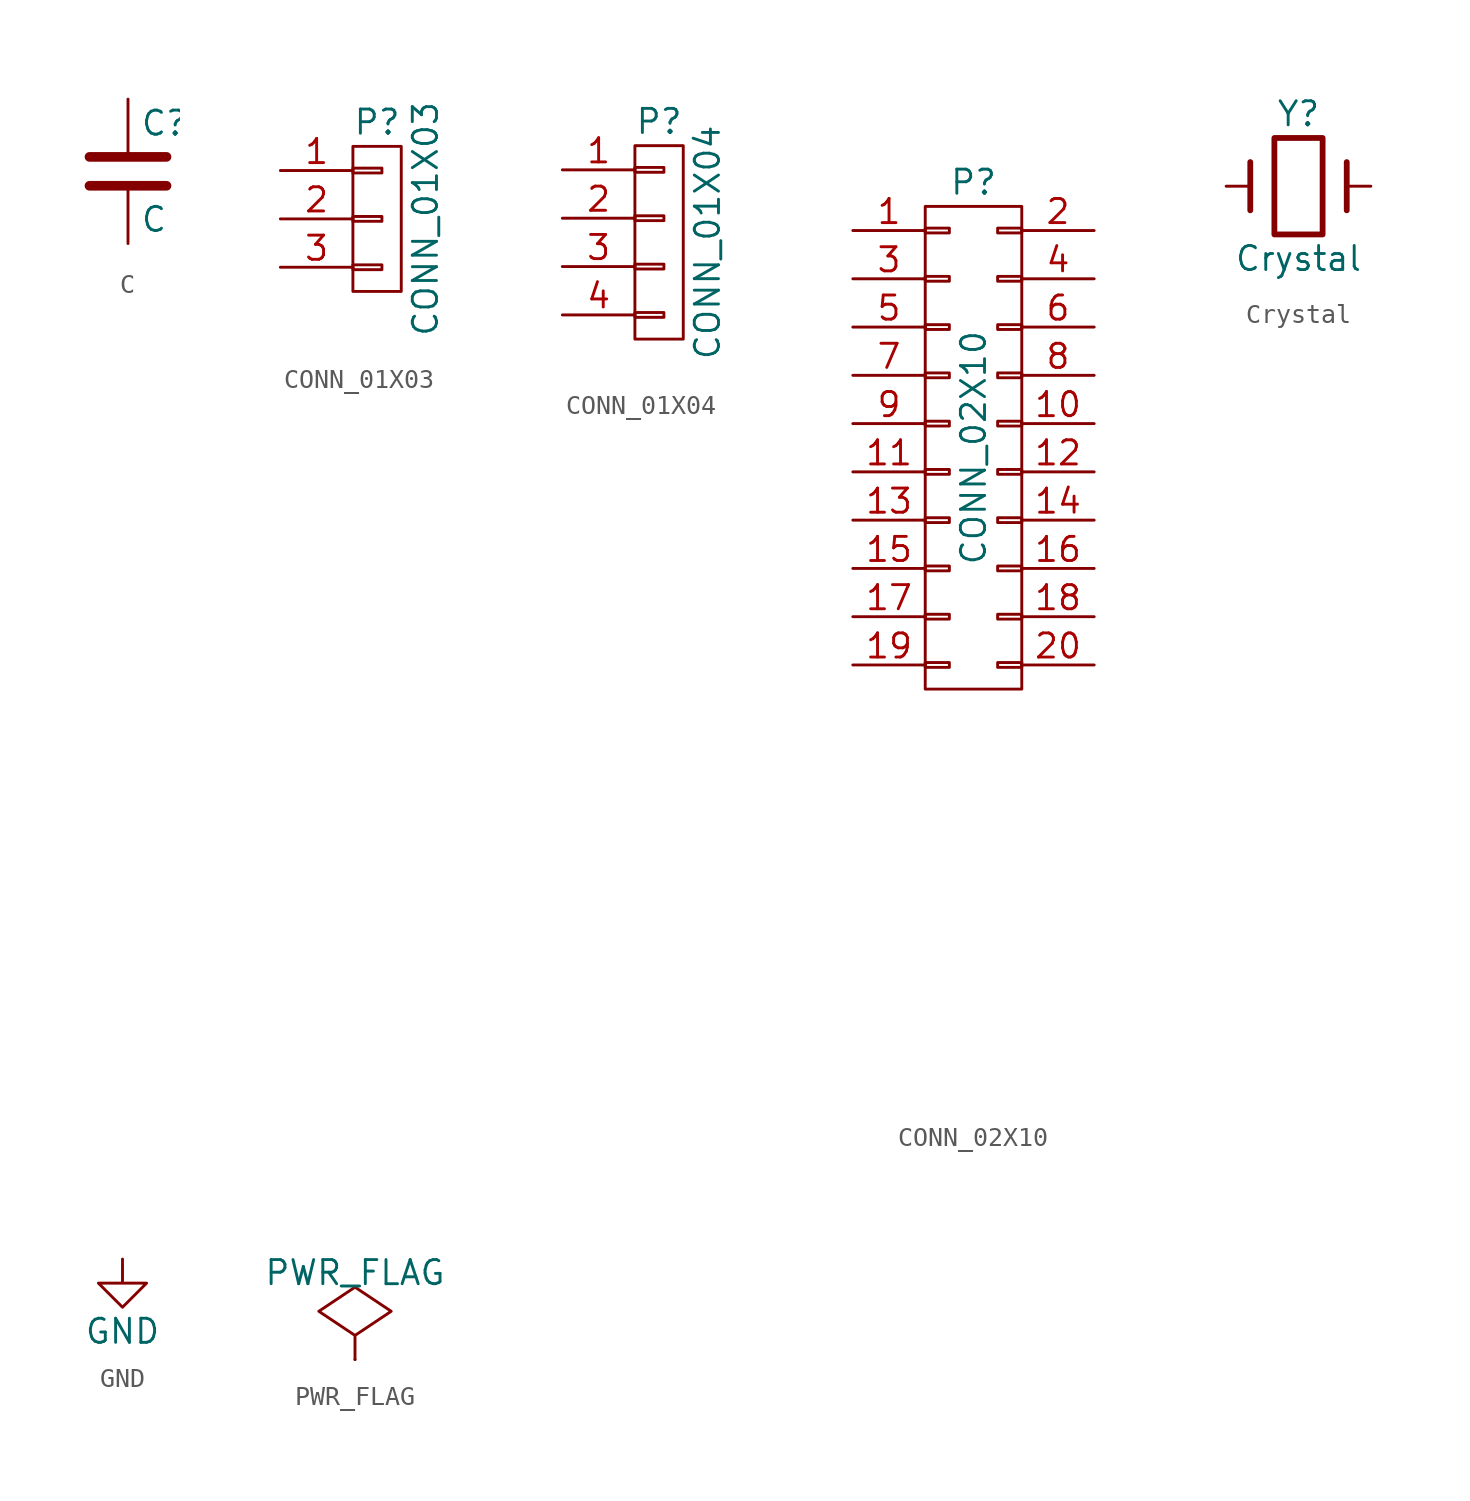
<source format=kicad_sym>
(kicad_symbol_lib
  (version 20241209)
  (generator "kicad_symbol_editor")
  (generator_version "9.0")
  (symbol "C"
    (pin_numbers
      (hide yes))
    (pin_names
      (offset 0.254))
    (property "Reference" "C"
      (at 0.635 2.54 0)
      (effects (font (size 1.27 1.27)) (justify left)))
    (property "Value" "C"
      (at 0.635 -2.54 0)
      (effects (font (size 1.27 1.27)) (justify left)))
    (property "Footprint" ""
      (at 0.965 -3.81 0)
      (effects (font (size 1.27 1.27))))
    (property "Datasheet" ""
      (at 0 0 0)
      (effects (font (size 1.27 1.27))))
    (symbol "C_0_1"
      (polyline (pts (xy -2.032 0.762) (xy 2.032 0.762)) (stroke (width 0.508) (type solid)) (fill (type none)))
      (polyline (pts (xy -2.032 -0.762) (xy 2.032 -0.762)) (stroke (width 0.508) (type solid)) (fill (type none))))
    (symbol "C_1_1"
      (pin passive line (at 0 3.81 270) (length 2.794) (name "~" (effects (font (size 1.016 1.016)))) (number "1" (effects (font (size 1.016 1.016)))))
      (pin passive line (at 0 -3.81 90) (length 2.794) (name "~" (effects (font (size 1.016 1.016)))) (number "2" (effects (font (size 1.016 1.016)))))))
  (symbol "CONN_01X03"
    (pin_names
      (offset 1.016)
      (hide yes))
    (property "Reference" "P"
      (at 0 5.08 0)
      (effects (font (size 1.27 1.27))))
    (property "Value" "CONN_01X03"
      (at 2.54 0 90)
      (effects (font (size 1.27 1.27))))
    (property "Footprint" ""
      (at 0 0 0)
      (effects (font (size 1.27 1.27))))
    (property "Datasheet" ""
      (at 0 0 0)
      (effects (font (size 1.27 1.27))))
    (symbol "CONN_01X03_0_1"
      (rectangle (start -1.27 3.81) (end 1.27 -3.81) (stroke (width 0) (type solid)) (fill (type none)))
      (rectangle (start -1.27 2.667) (end 0.254 2.413) (stroke (width 0) (type solid)) (fill (type none)))
      (rectangle (start -1.27 0.127) (end 0.254 -0.127) (stroke (width 0) (type solid)) (fill (type none)))
      (rectangle (start -1.27 -2.413) (end 0.254 -2.667) (stroke (width 0) (type solid)) (fill (type none))))
    (symbol "CONN_01X03_1_1"
      (pin passive line (at -5.08 2.54 0) (length 3.81) (name "P1" (effects (font (size 1.27 1.27)))) (number "1" (effects (font (size 1.27 1.27)))))
      (pin passive line (at -5.08 0 0) (length 3.81) (name "P2" (effects (font (size 1.27 1.27)))) (number "2" (effects (font (size 1.27 1.27)))))
      (pin passive line (at -5.08 -2.54 0) (length 3.81) (name "P3" (effects (font (size 1.27 1.27)))) (number "3" (effects (font (size 1.27 1.27)))))))
  (symbol "CONN_01X04"
    (pin_names
      (offset 1.016)
      (hide yes))
    (property "Reference" "P"
      (at 0 6.35 0)
      (effects (font (size 1.27 1.27))))
    (property "Value" "CONN_01X04"
      (at 2.54 0 90)
      (effects (font (size 1.27 1.27))))
    (property "Footprint" ""
      (at 0 0 0)
      (effects (font (size 1.27 1.27))))
    (property "Datasheet" ""
      (at 0 0 0)
      (effects (font (size 1.27 1.27))))
    (symbol "CONN_01X04_0_1"
      (rectangle (start -1.27 5.08) (end 1.27 -5.08) (stroke (width 0) (type solid)) (fill (type none)))
      (rectangle (start -1.27 3.937) (end 0.254 3.683) (stroke (width 0) (type solid)) (fill (type none)))
      (rectangle (start -1.27 1.397) (end 0.254 1.143) (stroke (width 0) (type solid)) (fill (type none)))
      (rectangle (start -1.27 -1.143) (end 0.254 -1.397) (stroke (width 0) (type solid)) (fill (type none)))
      (rectangle (start -1.27 -3.683) (end 0.254 -3.937) (stroke (width 0) (type solid)) (fill (type none))))
    (symbol "CONN_01X04_1_1"
      (pin passive line (at -5.08 3.81 0) (length 3.81) (name "P1" (effects (font (size 1.27 1.27)))) (number "1" (effects (font (size 1.27 1.27)))))
      (pin passive line (at -5.08 1.27 0) (length 3.81) (name "P2" (effects (font (size 1.27 1.27)))) (number "2" (effects (font (size 1.27 1.27)))))
      (pin passive line (at -5.08 -1.27 0) (length 3.81) (name "P3" (effects (font (size 1.27 1.27)))) (number "3" (effects (font (size 1.27 1.27)))))
      (pin passive line (at -5.08 -3.81 0) (length 3.81) (name "P4" (effects (font (size 1.27 1.27)))) (number "4" (effects (font (size 1.27 1.27)))))))
  (symbol "CONN_02X10"
    (pin_names
      (offset 0.025)
      (hide yes))
    (property "Reference" "P"
      (at 0 13.97 0)
      (effects (font (size 1.27 1.27))))
    (property "Value" "CONN_02X10"
      (at 0 0 90)
      (effects (font (size 1.27 1.27))))
    (property "Footprint" ""
      (at 0 -30.48 0)
      (effects (font (size 1.27 1.27))))
    (property "Datasheet" ""
      (at 0 -30.48 0)
      (effects (font (size 1.27 1.27))))
    (symbol "CONN_02X10_0_1"
      (rectangle (start -2.54 12.7) (end 2.54 -12.7) (stroke (width 0) (type solid)) (fill (type none)))
      (rectangle (start -2.54 11.557) (end -1.27 11.303) (stroke (width 0) (type solid)) (fill (type none)))
      (rectangle (start -2.54 9.017) (end -1.27 8.763) (stroke (width 0) (type solid)) (fill (type none)))
      (rectangle (start -2.54 6.477) (end -1.27 6.223) (stroke (width 0) (type solid)) (fill (type none)))
      (rectangle (start -2.54 3.937) (end -1.27 3.683) (stroke (width 0) (type solid)) (fill (type none)))
      (rectangle (start -2.54 1.397) (end -1.27 1.143) (stroke (width 0) (type solid)) (fill (type none)))
      (rectangle (start -2.54 -1.143) (end -1.27 -1.397) (stroke (width 0) (type solid)) (fill (type none)))
      (rectangle (start -2.54 -3.683) (end -1.27 -3.937) (stroke (width 0) (type solid)) (fill (type none)))
      (rectangle (start -2.54 -6.223) (end -1.27 -6.477) (stroke (width 0) (type solid)) (fill (type none)))
      (rectangle (start -2.54 -8.763) (end -1.27 -9.017) (stroke (width 0) (type solid)) (fill (type none)))
      (rectangle (start -2.54 -11.303) (end -1.27 -11.557) (stroke (width 0) (type solid)) (fill (type none)))
      (rectangle (start 1.27 11.557) (end 2.54 11.303) (stroke (width 0) (type solid)) (fill (type none)))
      (rectangle (start 1.27 9.017) (end 2.54 8.763) (stroke (width 0) (type solid)) (fill (type none)))
      (rectangle (start 1.27 6.477) (end 2.54 6.223) (stroke (width 0) (type solid)) (fill (type none)))
      (rectangle (start 1.27 3.937) (end 2.54 3.683) (stroke (width 0) (type solid)) (fill (type none)))
      (rectangle (start 1.27 1.397) (end 2.54 1.143) (stroke (width 0) (type solid)) (fill (type none)))
      (rectangle (start 1.27 -1.143) (end 2.54 -1.397) (stroke (width 0) (type solid)) (fill (type none)))
      (rectangle (start 1.27 -3.683) (end 2.54 -3.937) (stroke (width 0) (type solid)) (fill (type none)))
      (rectangle (start 1.27 -6.223) (end 2.54 -6.477) (stroke (width 0) (type solid)) (fill (type none)))
      (rectangle (start 1.27 -8.763) (end 2.54 -9.017) (stroke (width 0) (type solid)) (fill (type none)))
      (rectangle (start 1.27 -11.303) (end 2.54 -11.557) (stroke (width 0) (type solid)) (fill (type none))))
    (symbol "CONN_02X10_1_1"
      (pin passive line (at -6.35 11.43 0) (length 3.81) (name "P1" (effects (font (size 1.27 1.27)))) (number "1" (effects (font (size 1.27 1.27)))))
      (pin passive line (at -6.35 8.89 0) (length 3.81) (name "P3" (effects (font (size 1.27 1.27)))) (number "3" (effects (font (size 1.27 1.27)))))
      (pin passive line (at -6.35 6.35 0) (length 3.81) (name "P5" (effects (font (size 1.27 1.27)))) (number "5" (effects (font (size 1.27 1.27)))))
      (pin passive line (at -6.35 3.81 0) (length 3.81) (name "P7" (effects (font (size 1.27 1.27)))) (number "7" (effects (font (size 1.27 1.27)))))
      (pin passive line (at -6.35 1.27 0) (length 3.81) (name "P9" (effects (font (size 1.27 1.27)))) (number "9" (effects (font (size 1.27 1.27)))))
      (pin passive line (at -6.35 -1.27 0) (length 3.81) (name "P11" (effects (font (size 1.27 1.27)))) (number "11" (effects (font (size 1.27 1.27)))))
      (pin passive line (at -6.35 -3.81 0) (length 3.81) (name "P13" (effects (font (size 1.27 1.27)))) (number "13" (effects (font (size 1.27 1.27)))))
      (pin passive line (at -6.35 -6.35 0) (length 3.81) (name "P15" (effects (font (size 1.27 1.27)))) (number "15" (effects (font (size 1.27 1.27)))))
      (pin passive line (at -6.35 -8.89 0) (length 3.81) (name "P17" (effects (font (size 1.27 1.27)))) (number "17" (effects (font (size 1.27 1.27)))))
      (pin passive line (at -6.35 -11.43 0) (length 3.81) (name "P19" (effects (font (size 1.27 1.27)))) (number "19" (effects (font (size 1.27 1.27)))))
      (pin passive line (at 6.35 11.43 180) (length 3.81) (name "P2" (effects (font (size 1.27 1.27)))) (number "2" (effects (font (size 1.27 1.27)))))
      (pin passive line (at 6.35 8.89 180) (length 3.81) (name "P4" (effects (font (size 1.27 1.27)))) (number "4" (effects (font (size 1.27 1.27)))))
      (pin passive line (at 6.35 6.35 180) (length 3.81) (name "P6" (effects (font (size 1.27 1.27)))) (number "6" (effects (font (size 1.27 1.27)))))
      (pin passive line (at 6.35 3.81 180) (length 3.81) (name "P8" (effects (font (size 1.27 1.27)))) (number "8" (effects (font (size 1.27 1.27)))))
      (pin passive line (at 6.35 1.27 180) (length 3.81) (name "P10" (effects (font (size 1.27 1.27)))) (number "10" (effects (font (size 1.27 1.27)))))
      (pin passive line (at 6.35 -1.27 180) (length 3.81) (name "P12" (effects (font (size 1.27 1.27)))) (number "12" (effects (font (size 1.27 1.27)))))
      (pin passive line (at 6.35 -3.81 180) (length 3.81) (name "P14" (effects (font (size 1.27 1.27)))) (number "14" (effects (font (size 1.27 1.27)))))
      (pin passive line (at 6.35 -6.35 180) (length 3.81) (name "P16" (effects (font (size 1.27 1.27)))) (number "16" (effects (font (size 1.27 1.27)))))
      (pin passive line (at 6.35 -8.89 180) (length 3.81) (name "P18" (effects (font (size 1.27 1.27)))) (number "18" (effects (font (size 1.27 1.27)))))
      (pin passive line (at 6.35 -11.43 180) (length 3.81) (name "P20" (effects (font (size 1.27 1.27)))) (number "20" (effects (font (size 1.27 1.27)))))))
  (symbol "Crystal"
    (pin_numbers
      (hide yes))
    (pin_names
      (offset 1.016)
      (hide yes))
    (property "Reference" "Y"
      (at 0 3.81 0)
      (effects (font (size 1.27 1.27))))
    (property "Value" "Crystal"
      (at 0 -3.81 0)
      (effects (font (size 1.27 1.27))))
    (property "Footprint" ""
      (at 0 0 0)
      (effects (font (size 1.27 1.27))))
    (property "Datasheet" ""
      (at 0 0 0)
      (effects (font (size 1.27 1.27))))
    (symbol "Crystal_0_1"
      (polyline (pts (xy -2.54 -1.27) (xy -2.54 1.27)) (stroke (width 0.305) (type solid)) (fill (type none)))
      (rectangle (start -1.27 2.54) (end 1.27 -2.54) (stroke (width 0.305) (type solid)) (fill (type none)))
      (polyline (pts (xy 2.54 -1.27) (xy 2.54 1.27)) (stroke (width 0.305) (type solid)) (fill (type none))))
    (symbol "Crystal_1_1"
      (pin passive line (at -3.81 0 0) (length 1.27) (name "1" (effects (font (size 1.016 1.016)))) (number "1" (effects (font (size 1.016 1.016)))))
      (pin passive line (at 3.81 0 180) (length 1.27) (name "2" (effects (font (size 1.016 1.016)))) (number "2" (effects (font (size 1.016 1.016)))))))
  (symbol "GND"
    (power)
    (pin_names
      (offset 0))
    (property "Reference" "#PWR"
      (at 0 -6.35 0)
      (effects (font (size 1.27 1.27)) (hide yes)))
    (property "Value" "GND"
      (at 0 -3.81 0)
      (effects (font (size 1.27 1.27))))
    (property "Footprint" ""
      (at 0 0 0)
      (effects (font (size 1.27 1.27))))
    (property "Datasheet" ""
      (at 0 0 0)
      (effects (font (size 1.27 1.27))))
    (symbol "GND_0_1"
      (polyline (pts (xy 0 0) (xy 0 -1.27) (xy 1.27 -1.27) (xy 0 -2.54) (xy -1.27 -1.27) (xy 0 -1.27)) (stroke (width 0) (type solid)) (fill (type none))))
    (symbol "GND_1_1"
      (pin power_in line (at 0 0 270) (length 0) (hide yes) (name "GND" (effects (font (size 1.27 1.27)))) (number "1" (effects (font (size 1.27 1.27)))))))
  (symbol "PWR_FLAG"
    (power)
    (pin_numbers
      (hide yes))
    (pin_names
      (offset 0)
      (hide yes))
    (property "Reference" "#FLG"
      (at 0 2.413 0)
      (effects (font (size 1.27 1.27)) (hide yes)))
    (property "Value" "PWR_FLAG"
      (at 0 4.572 0)
      (effects (font (size 1.27 1.27))))
    (property "Footprint" ""
      (at 0 0 0)
      (effects (font (size 1.27 1.27))))
    (property "Datasheet" ""
      (at 0 0 0)
      (effects (font (size 1.27 1.27))))
    (symbol "PWR_FLAG_0_0"
      (pin power_out line (at 0 0 90) (length 0) (name "pwr" (effects (font (size 0.508 0.508)))) (number "1" (effects (font (size 0.508 0.508))))))
    (symbol "PWR_FLAG_0_1"
      (polyline (pts (xy 0 0) (xy 0 1.27) (xy -1.905 2.54) (xy 0 3.81) (xy 1.905 2.54) (xy 0 1.27)) (stroke (width 0) (type solid)) (fill (type none))))))
</source>
